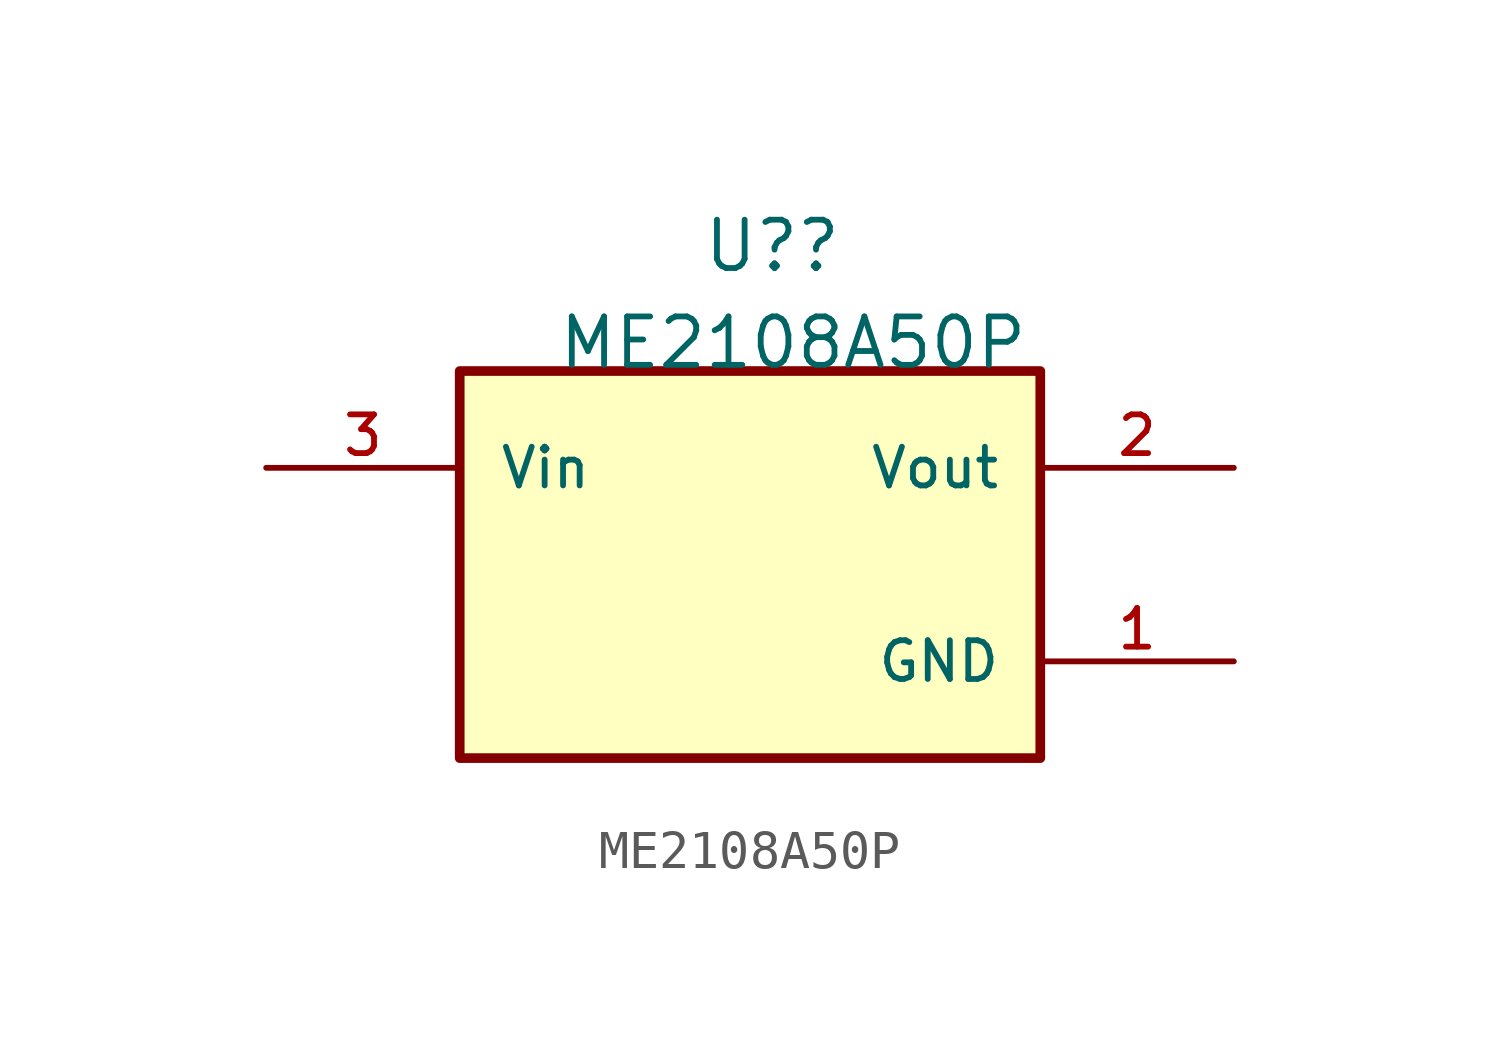
<source format=kicad_sym>
(kicad_symbol_lib
  (version 20211014)
  (generator kicad_symbol_editor)
  (symbol "ME2108A50P"
    (pin_names
      (offset 1.016))
    (property "Reference" "U?"
      (at -1.27 7.62 0)
      (effects (font (size 1.27 1.27)) (justify left bottom)))
    (property "Value" "ME2108A50P"
      (at -5.08 5.08 0)
      (effects (font (size 1.27 1.27)) (justify left bottom)))
    (symbol "ME2108A50P_0_0"
      (rectangle (start -7.62 -5.08) (end 7.62 5.08) (stroke (width 0.254) (type default) (color 0 0 0 0)) (fill (type background)))
      (pin passive line (at 12.7 -2.54 180) (length 5.08) (name "GND" (effects (font (size 1.016 1.016)))) (number "1" (effects (font (size 1.016 1.016)))))
      (pin power_out line (at 12.7 2.54 180) (length 5.08) (name "Vout" (effects (font (size 1.016 1.016)))) (number "2" (effects (font (size 1.016 1.016)))))
      (pin power_in line (at -12.7 2.54 0) (length 5.08) (name "Vin" (effects (font (size 1.016 1.016)))) (number "3" (effects (font (size 1.016 1.016))))))))
</source>
